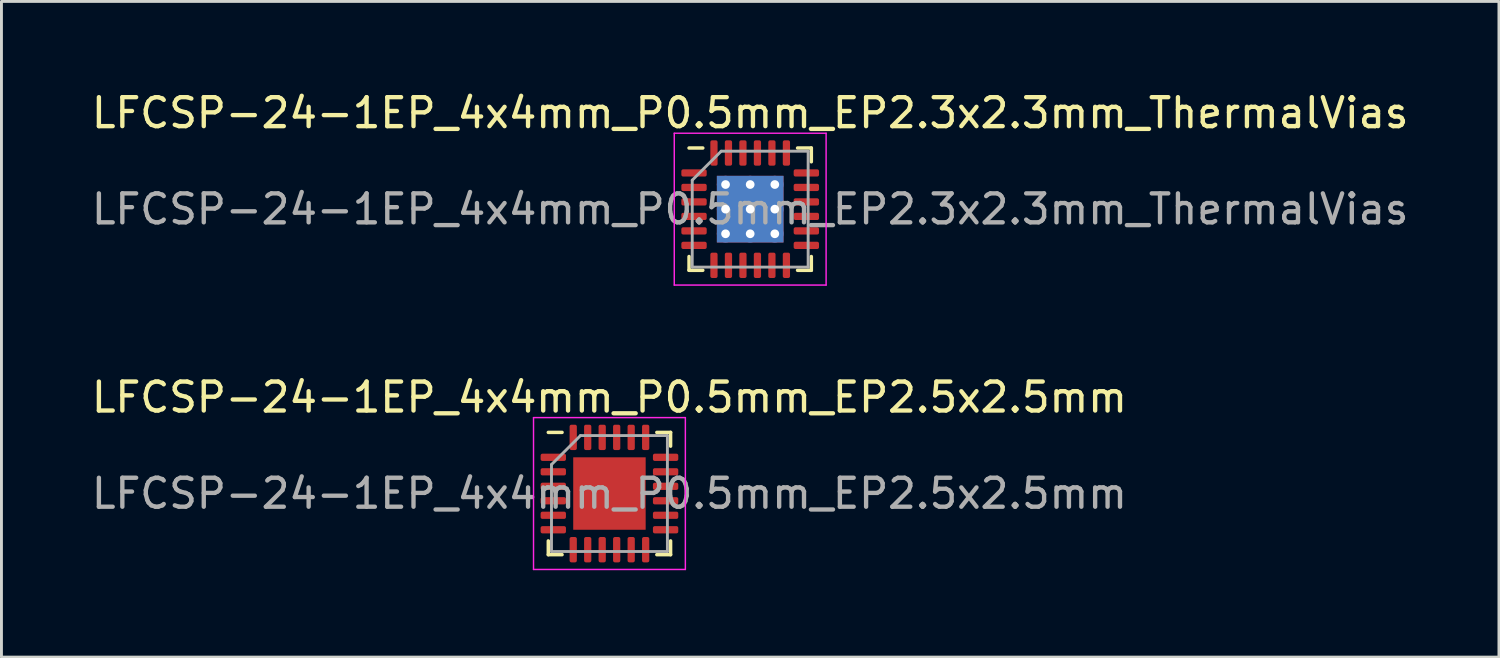
<source format=kicad_pcb>
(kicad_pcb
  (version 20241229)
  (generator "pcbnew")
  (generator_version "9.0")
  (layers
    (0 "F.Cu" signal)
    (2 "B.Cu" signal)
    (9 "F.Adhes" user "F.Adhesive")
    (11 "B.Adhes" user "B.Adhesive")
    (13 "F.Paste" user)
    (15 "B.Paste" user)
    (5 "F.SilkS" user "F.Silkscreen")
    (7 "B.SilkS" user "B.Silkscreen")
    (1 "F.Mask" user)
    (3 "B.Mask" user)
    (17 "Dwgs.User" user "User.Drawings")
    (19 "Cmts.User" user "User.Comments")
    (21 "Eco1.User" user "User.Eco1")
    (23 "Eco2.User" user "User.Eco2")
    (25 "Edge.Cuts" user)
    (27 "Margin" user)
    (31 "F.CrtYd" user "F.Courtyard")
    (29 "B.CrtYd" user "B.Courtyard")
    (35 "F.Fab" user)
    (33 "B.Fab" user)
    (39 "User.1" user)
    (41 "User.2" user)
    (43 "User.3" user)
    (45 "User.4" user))
  (footprint "LFCSP-24-1EP_4x4mm_P0.5mm_EP2.5x2.5mm"
    (layer "F.Cu")
    (at 17.982 13.982)
    (property "Reference" "LFCSP-24-1EP_4x4mm_P0.5mm_EP2.5x2.5mm" (at 0 -3.32 0) (layer "F.SilkS") (effects (font (size 1 1) (thickness 0.15))))
    (attr smd)
    (fp_line (start -2.11 2.11) (end -2.11 1.635) (stroke (width 0.12) (type solid)) (layer "F.SilkS"))
    (fp_line (start -1.635 -2.11) (end -2.11 -2.11) (stroke (width 0.12) (type solid)) (layer "F.SilkS"))
    (fp_line (start -1.635 2.11) (end -2.11 2.11) (stroke (width 0.12) (type solid)) (layer "F.SilkS"))
    (fp_line (start 1.635 -2.11) (end 2.11 -2.11) (stroke (width 0.12) (type solid)) (layer "F.SilkS"))
    (fp_line (start 1.635 2.11) (end 2.11 2.11) (stroke (width 0.12) (type solid)) (layer "F.SilkS"))
    (fp_line (start 2.11 -2.11) (end 2.11 -1.635) (stroke (width 0.12) (type solid)) (layer "F.SilkS"))
    (fp_line (start 2.11 2.11) (end 2.11 1.635) (stroke (width 0.12) (type solid)) (layer "F.SilkS"))
    (fp_line (start -2.62 -2.62) (end -2.62 2.62) (stroke (width 0.05) (type solid)) (layer "F.CrtYd"))
    (fp_line (start -2.62 2.62) (end 2.62 2.62) (stroke (width 0.05) (type solid)) (layer "F.CrtYd"))
    (fp_line (start 2.62 -2.62) (end -2.62 -2.62) (stroke (width 0.05) (type solid)) (layer "F.CrtYd"))
    (fp_line (start 2.62 2.62) (end 2.62 -2.62) (stroke (width 0.05) (type solid)) (layer "F.CrtYd"))
    (fp_line (start -2 -1) (end -1 -2) (stroke (width 0.1) (type solid)) (layer "F.Fab"))
    (fp_line (start -2 2) (end -2 -1) (stroke (width 0.1) (type solid)) (layer "F.Fab"))
    (fp_line (start -1 -2) (end 2 -2) (stroke (width 0.1) (type solid)) (layer "F.Fab"))
    (fp_line (start 2 -2) (end 2 2) (stroke (width 0.1) (type solid)) (layer "F.Fab"))
    (fp_line (start 2 2) (end -2 2) (stroke (width 0.1) (type solid)) (layer "F.Fab"))
    (fp_text user "${REFERENCE}" (at 0 0 0) (layer "F.Fab") (effects (font (size 1 1) (thickness 0.15))))
    (pad "" smd roundrect (at -0.625 -0.625) (size 1.01 1.01) (layers "F.Paste") (roundrect_rratio 0.248))
    (pad "" smd roundrect (at -0.625 0.625) (size 1.01 1.01) (layers "F.Paste") (roundrect_rratio 0.248))
    (pad "" smd roundrect (at 0.625 -0.625) (size 1.01 1.01) (layers "F.Paste") (roundrect_rratio 0.248))
    (pad "" smd roundrect (at 0.625 0.625) (size 1.01 1.01) (layers "F.Paste") (roundrect_rratio 0.248))
    (pad "1" smd roundrect (at -1.938 -1.25) (size 0.875 0.25) (layers "F.Cu" "F.Mask" "F.Paste") (roundrect_rratio 0.25))
    (pad "2" smd roundrect (at -1.938 -0.75) (size 0.875 0.25) (layers "F.Cu" "F.Mask" "F.Paste") (roundrect_rratio 0.25))
    (pad "3" smd roundrect (at -1.938 -0.25) (size 0.875 0.25) (layers "F.Cu" "F.Mask" "F.Paste") (roundrect_rratio 0.25))
    (pad "4" smd roundrect (at -1.938 0.25) (size 0.875 0.25) (layers "F.Cu" "F.Mask" "F.Paste") (roundrect_rratio 0.25))
    (pad "5" smd roundrect (at -1.938 0.75) (size 0.875 0.25) (layers "F.Cu" "F.Mask" "F.Paste") (roundrect_rratio 0.25))
    (pad "6" smd roundrect (at -1.938 1.25) (size 0.875 0.25) (layers "F.Cu" "F.Mask" "F.Paste") (roundrect_rratio 0.25))
    (pad "7" smd roundrect (at -1.25 1.938) (size 0.25 0.875) (layers "F.Cu" "F.Mask" "F.Paste") (roundrect_rratio 0.25))
    (pad "8" smd roundrect (at -0.75 1.938) (size 0.25 0.875) (layers "F.Cu" "F.Mask" "F.Paste") (roundrect_rratio 0.25))
    (pad "9" smd roundrect (at -0.25 1.938) (size 0.25 0.875) (layers "F.Cu" "F.Mask" "F.Paste") (roundrect_rratio 0.25))
    (pad "10" smd roundrect (at 0.25 1.938) (size 0.25 0.875) (layers "F.Cu" "F.Mask" "F.Paste") (roundrect_rratio 0.25))
    (pad "11" smd roundrect (at 0.75 1.938) (size 0.25 0.875) (layers "F.Cu" "F.Mask" "F.Paste") (roundrect_rratio 0.25))
    (pad "12" smd roundrect (at 1.25 1.938) (size 0.25 0.875) (layers "F.Cu" "F.Mask" "F.Paste") (roundrect_rratio 0.25))
    (pad "13" smd roundrect (at 1.938 1.25) (size 0.875 0.25) (layers "F.Cu" "F.Mask" "F.Paste") (roundrect_rratio 0.25))
    (pad "14" smd roundrect (at 1.938 0.75) (size 0.875 0.25) (layers "F.Cu" "F.Mask" "F.Paste") (roundrect_rratio 0.25))
    (pad "15" smd roundrect (at 1.938 0.25) (size 0.875 0.25) (layers "F.Cu" "F.Mask" "F.Paste") (roundrect_rratio 0.25))
    (pad "16" smd roundrect (at 1.938 -0.25) (size 0.875 0.25) (layers "F.Cu" "F.Mask" "F.Paste") (roundrect_rratio 0.25))
    (pad "17" smd roundrect (at 1.938 -0.75) (size 0.875 0.25) (layers "F.Cu" "F.Mask" "F.Paste") (roundrect_rratio 0.25))
    (pad "18" smd roundrect (at 1.938 -1.25) (size 0.875 0.25) (layers "F.Cu" "F.Mask" "F.Paste") (roundrect_rratio 0.25))
    (pad "19" smd roundrect (at 1.25 -1.938) (size 0.25 0.875) (layers "F.Cu" "F.Mask" "F.Paste") (roundrect_rratio 0.25))
    (pad "20" smd roundrect (at 0.75 -1.938) (size 0.25 0.875) (layers "F.Cu" "F.Mask" "F.Paste") (roundrect_rratio 0.25))
    (pad "21" smd roundrect (at 0.25 -1.938) (size 0.25 0.875) (layers "F.Cu" "F.Mask" "F.Paste") (roundrect_rratio 0.25))
    (pad "22" smd roundrect (at -0.25 -1.938) (size 0.25 0.875) (layers "F.Cu" "F.Mask" "F.Paste") (roundrect_rratio 0.25))
    (pad "23" smd roundrect (at -0.75 -1.938) (size 0.25 0.875) (layers "F.Cu" "F.Mask" "F.Paste") (roundrect_rratio 0.25))
    (pad "24" smd roundrect (at -1.25 -1.938) (size 0.25 0.875) (layers "F.Cu" "F.Mask" "F.Paste") (roundrect_rratio 0.25))
    (pad "25" smd rect (at 0 0) (size 2.5 2.5) (layers "F.Cu" "F.Mask")))
  (footprint "LFCSP-24-1EP_4x4mm_P0.5mm_EP2.3x2.3mm_ThermalVias"
    (layer "F.Cu")
    (at 22.839 4.168)
    (property "Reference" "LFCSP-24-1EP_4x4mm_P0.5mm_EP2.3x2.3mm_ThermalVias" (at 0 -3.32 0) (layer "F.SilkS") (effects (font (size 1 1) (thickness 0.15))))
    (attr smd)
    (fp_line (start -2.11 2.11) (end -2.11 1.635) (stroke (width 0.12) (type solid)) (layer "F.SilkS"))
    (fp_line (start -1.635 -2.11) (end -2.11 -2.11) (stroke (width 0.12) (type solid)) (layer "F.SilkS"))
    (fp_line (start -1.635 2.11) (end -2.11 2.11) (stroke (width 0.12) (type solid)) (layer "F.SilkS"))
    (fp_line (start 1.635 -2.11) (end 2.11 -2.11) (stroke (width 0.12) (type solid)) (layer "F.SilkS"))
    (fp_line (start 1.635 2.11) (end 2.11 2.11) (stroke (width 0.12) (type solid)) (layer "F.SilkS"))
    (fp_line (start 2.11 -2.11) (end 2.11 -1.635) (stroke (width 0.12) (type solid)) (layer "F.SilkS"))
    (fp_line (start 2.11 2.11) (end 2.11 1.635) (stroke (width 0.12) (type solid)) (layer "F.SilkS"))
    (fp_line (start -2.62 -2.62) (end -2.62 2.62) (stroke (width 0.05) (type solid)) (layer "F.CrtYd"))
    (fp_line (start -2.62 2.62) (end 2.62 2.62) (stroke (width 0.05) (type solid)) (layer "F.CrtYd"))
    (fp_line (start 2.62 -2.62) (end -2.62 -2.62) (stroke (width 0.05) (type solid)) (layer "F.CrtYd"))
    (fp_line (start 2.62 2.62) (end 2.62 -2.62) (stroke (width 0.05) (type solid)) (layer "F.CrtYd"))
    (fp_line (start -2 -1) (end -1 -2) (stroke (width 0.1) (type solid)) (layer "F.Fab"))
    (fp_line (start -2 2) (end -2 -1) (stroke (width 0.1) (type solid)) (layer "F.Fab"))
    (fp_line (start -1 -2) (end 2 -2) (stroke (width 0.1) (type solid)) (layer "F.Fab"))
    (fp_line (start 2 -2) (end 2 2) (stroke (width 0.1) (type solid)) (layer "F.Fab"))
    (fp_line (start 2 2) (end -2 2) (stroke (width 0.1) (type solid)) (layer "F.Fab"))
    (fp_text user "${REFERENCE}" (at 0 0 0) (layer "F.Fab") (effects (font (size 1 1) (thickness 0.15))))
    (pad "" smd roundrect (at -0.575 -0.575) (size 0.96 0.96) (layers "F.Paste") (roundrect_rratio 0.25))
    (pad "" smd roundrect (at -0.575 0.575) (size 0.96 0.96) (layers "F.Paste") (roundrect_rratio 0.25))
    (pad "" smd roundrect (at 0.575 -0.575) (size 0.96 0.96) (layers "F.Paste") (roundrect_rratio 0.25))
    (pad "" smd roundrect (at 0.575 0.575) (size 0.96 0.96) (layers "F.Paste") (roundrect_rratio 0.25))
    (pad "1" smd roundrect (at -1.938 -1.25) (size 0.875 0.25) (layers "F.Cu" "F.Mask" "F.Paste") (roundrect_rratio 0.25))
    (pad "2" smd roundrect (at -1.938 -0.75) (size 0.875 0.25) (layers "F.Cu" "F.Mask" "F.Paste") (roundrect_rratio 0.25))
    (pad "3" smd roundrect (at -1.938 -0.25) (size 0.875 0.25) (layers "F.Cu" "F.Mask" "F.Paste") (roundrect_rratio 0.25))
    (pad "4" smd roundrect (at -1.938 0.25) (size 0.875 0.25) (layers "F.Cu" "F.Mask" "F.Paste") (roundrect_rratio 0.25))
    (pad "5" smd roundrect (at -1.938 0.75) (size 0.875 0.25) (layers "F.Cu" "F.Mask" "F.Paste") (roundrect_rratio 0.25))
    (pad "6" smd roundrect (at -1.938 1.25) (size 0.875 0.25) (layers "F.Cu" "F.Mask" "F.Paste") (roundrect_rratio 0.25))
    (pad "7" smd roundrect (at -1.25 1.938) (size 0.25 0.875) (layers "F.Cu" "F.Mask" "F.Paste") (roundrect_rratio 0.25))
    (pad "8" smd roundrect (at -0.75 1.938) (size 0.25 0.875) (layers "F.Cu" "F.Mask" "F.Paste") (roundrect_rratio 0.25))
    (pad "9" smd roundrect (at -0.25 1.938) (size 0.25 0.875) (layers "F.Cu" "F.Mask" "F.Paste") (roundrect_rratio 0.25))
    (pad "10" smd roundrect (at 0.25 1.938) (size 0.25 0.875) (layers "F.Cu" "F.Mask" "F.Paste") (roundrect_rratio 0.25))
    (pad "11" smd roundrect (at 0.75 1.938) (size 0.25 0.875) (layers "F.Cu" "F.Mask" "F.Paste") (roundrect_rratio 0.25))
    (pad "12" smd roundrect (at 1.25 1.938) (size 0.25 0.875) (layers "F.Cu" "F.Mask" "F.Paste") (roundrect_rratio 0.25))
    (pad "13" smd roundrect (at 1.938 1.25) (size 0.875 0.25) (layers "F.Cu" "F.Mask" "F.Paste") (roundrect_rratio 0.25))
    (pad "14" smd roundrect (at 1.938 0.75) (size 0.875 0.25) (layers "F.Cu" "F.Mask" "F.Paste") (roundrect_rratio 0.25))
    (pad "15" smd roundrect (at 1.938 0.25) (size 0.875 0.25) (layers "F.Cu" "F.Mask" "F.Paste") (roundrect_rratio 0.25))
    (pad "16" smd roundrect (at 1.938 -0.25) (size 0.875 0.25) (layers "F.Cu" "F.Mask" "F.Paste") (roundrect_rratio 0.25))
    (pad "17" smd roundrect (at 1.938 -0.75) (size 0.875 0.25) (layers "F.Cu" "F.Mask" "F.Paste") (roundrect_rratio 0.25))
    (pad "18" smd roundrect (at 1.938 -1.25) (size 0.875 0.25) (layers "F.Cu" "F.Mask" "F.Paste") (roundrect_rratio 0.25))
    (pad "19" smd roundrect (at 1.25 -1.938) (size 0.25 0.875) (layers "F.Cu" "F.Mask" "F.Paste") (roundrect_rratio 0.25))
    (pad "20" smd roundrect (at 0.75 -1.938) (size 0.25 0.875) (layers "F.Cu" "F.Mask" "F.Paste") (roundrect_rratio 0.25))
    (pad "21" smd roundrect (at 0.25 -1.938) (size 0.25 0.875) (layers "F.Cu" "F.Mask" "F.Paste") (roundrect_rratio 0.25))
    (pad "22" smd roundrect (at -0.25 -1.938) (size 0.25 0.875) (layers "F.Cu" "F.Mask" "F.Paste") (roundrect_rratio 0.25))
    (pad "23" smd roundrect (at -0.75 -1.938) (size 0.25 0.875) (layers "F.Cu" "F.Mask" "F.Paste") (roundrect_rratio 0.25))
    (pad "24" smd roundrect (at -1.25 -1.938) (size 0.25 0.875) (layers "F.Cu" "F.Mask" "F.Paste") (roundrect_rratio 0.25))
    (pad "25" thru_hole circle (at -0.85 -0.85) (size 0.6 0.6) (drill 0.3) (layers "*.Cu"))
    (pad "25" thru_hole circle (at -0.85 0) (size 0.6 0.6) (drill 0.3) (layers "*.Cu"))
    (pad "25" thru_hole circle (at -0.85 0.85) (size 0.6 0.6) (drill 0.3) (layers "*.Cu"))
    (pad "25" thru_hole circle (at 0 -0.85) (size 0.6 0.6) (drill 0.3) (layers "*.Cu"))
    (pad "25" thru_hole circle (at 0 0) (size 0.6 0.6) (drill 0.3) (layers "*.Cu"))
    (pad "25" smd rect (at 0 0) (size 2.3 2.3) (layers "F.Cu" "F.Mask"))
    (pad "25" smd rect (at 0 0) (size 2.3 2.3) (layers "B.Cu"))
    (pad "25" thru_hole circle (at 0 0.85) (size 0.6 0.6) (drill 0.3) (layers "*.Cu"))
    (pad "25" thru_hole circle (at 0.85 -0.85) (size 0.6 0.6) (drill 0.3) (layers "*.Cu"))
    (pad "25" thru_hole circle (at 0.85 0) (size 0.6 0.6) (drill 0.3) (layers "*.Cu"))
    (pad "25" thru_hole circle (at 0.85 0.85) (size 0.6 0.6) (drill 0.3) (layers "*.Cu")))
  (gr_rect
    (start -3 -3)
    (end 48.679 19.627)
    (stroke (width 0.1) (type default))
    (fill no)
    (layer "Edge.Cuts")))
</source>
